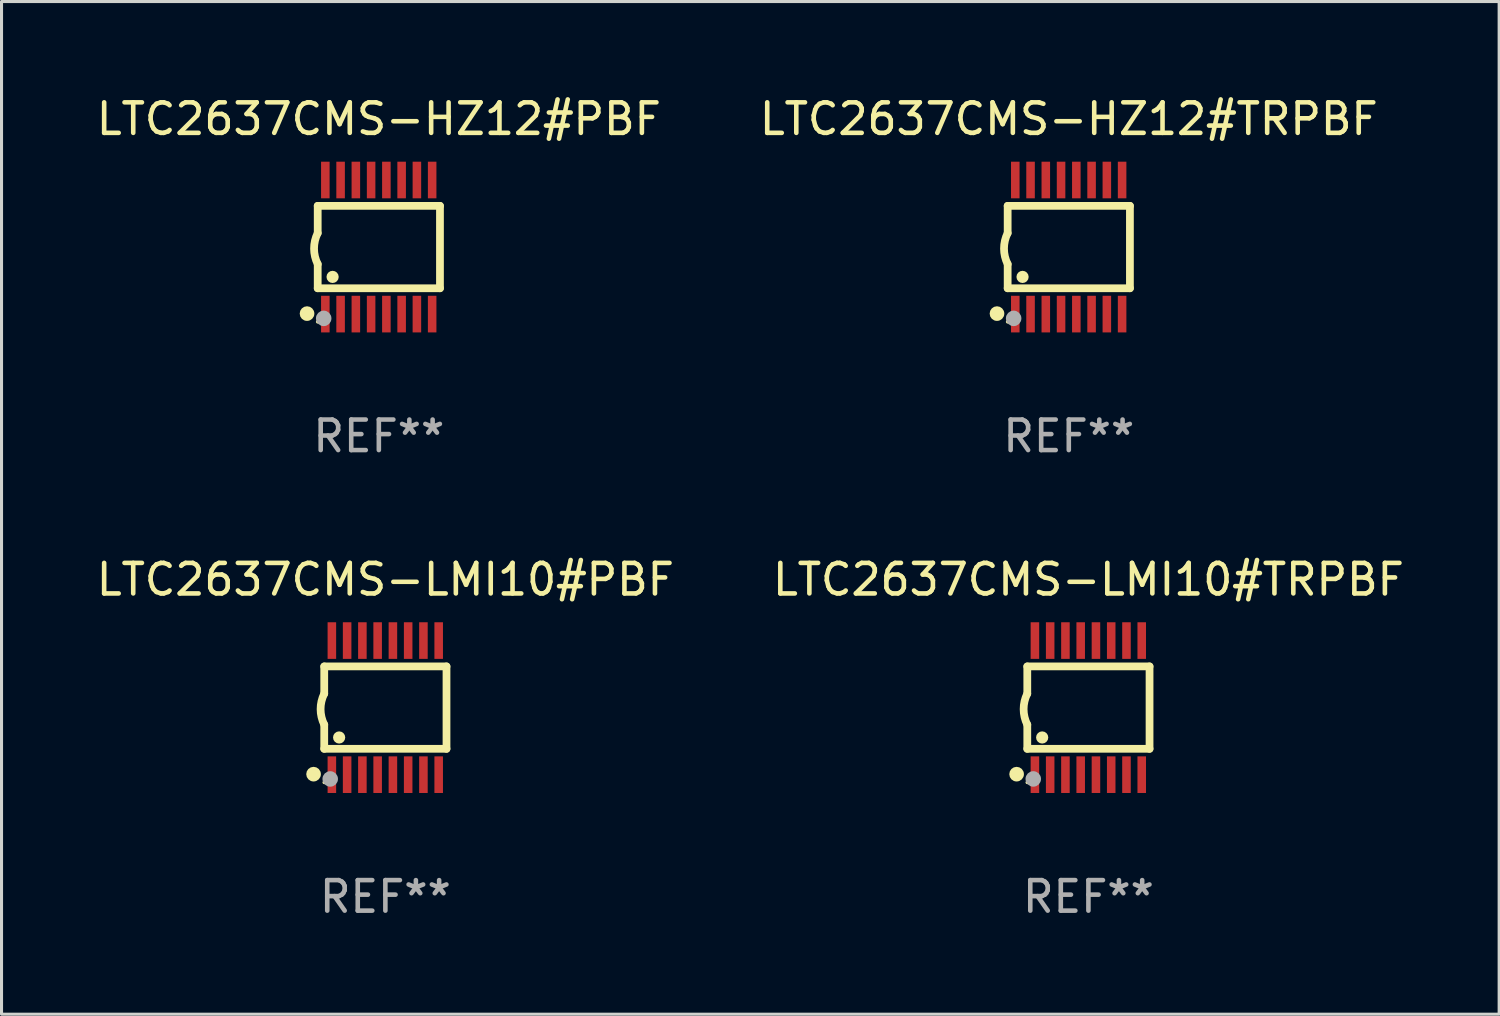
<source format=kicad_pcb>
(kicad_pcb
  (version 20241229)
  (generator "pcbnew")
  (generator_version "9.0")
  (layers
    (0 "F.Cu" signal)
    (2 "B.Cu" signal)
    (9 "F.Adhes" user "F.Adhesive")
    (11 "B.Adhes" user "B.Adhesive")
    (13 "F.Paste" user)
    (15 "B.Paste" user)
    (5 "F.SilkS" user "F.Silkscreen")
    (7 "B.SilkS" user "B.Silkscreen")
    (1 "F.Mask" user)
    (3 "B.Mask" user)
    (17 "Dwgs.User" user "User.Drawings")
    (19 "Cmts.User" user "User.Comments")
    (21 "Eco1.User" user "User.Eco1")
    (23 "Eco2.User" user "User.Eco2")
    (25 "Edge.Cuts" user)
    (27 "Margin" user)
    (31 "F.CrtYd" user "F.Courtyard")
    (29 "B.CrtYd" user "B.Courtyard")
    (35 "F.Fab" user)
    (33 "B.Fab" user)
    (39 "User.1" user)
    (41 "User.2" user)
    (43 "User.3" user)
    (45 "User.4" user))
  (footprint "LTC2637CMS-HZ12#PBF"
    (layer "F.Cu")
    (at 9.363 5.045)
    (property "Reference" "LTC2637CMS-HZ12#PBF" (at 0 -4.197 0) (layer "F.SilkS") (effects (font (size 1 1) (thickness 0.15))))
    (attr through_hole)
    (fp_line (start -2.003 -1.35) (end -2.003 -0.457) (stroke (width 0.254) (type solid)) (layer "F.SilkS"))
    (fp_line (start -2.003 -1.35) (end 2.003 -1.35) (stroke (width 0.254) (type solid)) (layer "F.SilkS"))
    (fp_line (start -2.003 1.35) (end -2.003 0.559) (stroke (width 0.254) (type solid)) (layer "F.SilkS"))
    (fp_line (start -2.003 1.35) (end 2.003 1.35) (stroke (width 0.254) (type solid)) (layer "F.SilkS"))
    (fp_line (start 2.003 -1.35) (end 2.003 1.35) (stroke (width 0.254) (type solid)) (layer "F.SilkS"))
    (fp_arc (start -2.002286 0.558802) (mid -2.122556 0.05092) (end -2.003302 -0.457201) (stroke (width 0.254001) (type solid)) (layer "F.SilkS"))
    (fp_circle (center -2.353 2.18) (end -2.233 2.18) (stroke (width 0.24) (type solid)) (fill no) (layer "F.SilkS"))
    (fp_circle (center -2.003 2.45) (end -1.973 2.45) (stroke (width 0.06) (type solid)) (fill no) (layer "F.SilkS"))
    (fp_circle (center -1.515 0.978) (end -1.415 0.978) (stroke (width 0.2) (type solid)) (fill no) (layer "F.SilkS"))
    (fp_circle (center -1.807 2.337) (end -1.68 2.337) (stroke (width 0.254) (type solid)) (fill no) (layer "F.Fab"))
    (fp_text user "REF**" (at 0 6.197 0) (layer "F.Fab") (effects (font (size 1 1) (thickness 0.15))))
    (pad "1" smd rect (at -1.753 2.197 90) (size 1.2 0.28) (layers "F.Cu" "F.Mask" "F.Paste"))
    (pad "2" smd rect (at -1.253 2.197 90) (size 1.2 0.28) (layers "F.Cu" "F.Mask" "F.Paste"))
    (pad "3" smd rect (at -0.753 2.197 90) (size 1.2 0.28) (layers "F.Cu" "F.Mask" "F.Paste"))
    (pad "4" smd rect (at -0.253 2.197 90) (size 1.2 0.28) (layers "F.Cu" "F.Mask" "F.Paste"))
    (pad "5" smd rect (at 0.247 2.197 90) (size 1.2 0.28) (layers "F.Cu" "F.Mask" "F.Paste"))
    (pad "6" smd rect (at 0.747 2.197 90) (size 1.2 0.28) (layers "F.Cu" "F.Mask" "F.Paste"))
    (pad "7" smd rect (at 1.247 2.197 90) (size 1.2 0.28) (layers "F.Cu" "F.Mask" "F.Paste"))
    (pad "8" smd rect (at 1.747 2.197 90) (size 1.2 0.28) (layers "F.Cu" "F.Mask" "F.Paste"))
    (pad "9" smd rect (at 1.747 -2.197 90) (size 1.2 0.28) (layers "F.Cu" "F.Mask" "F.Paste"))
    (pad "10" smd rect (at 1.247 -2.197 90) (size 1.2 0.28) (layers "F.Cu" "F.Mask" "F.Paste"))
    (pad "11" smd rect (at 0.747 -2.197 90) (size 1.2 0.28) (layers "F.Cu" "F.Mask" "F.Paste"))
    (pad "12" smd rect (at 0.247 -2.197 90) (size 1.2 0.28) (layers "F.Cu" "F.Mask" "F.Paste"))
    (pad "13" smd rect (at -0.253 -2.197 90) (size 1.2 0.28) (layers "F.Cu" "F.Mask" "F.Paste"))
    (pad "14" smd rect (at -0.753 -2.197 90) (size 1.2 0.28) (layers "F.Cu" "F.Mask" "F.Paste"))
    (pad "15" smd rect (at -1.253 -2.197 90) (size 1.2 0.28) (layers "F.Cu" "F.Mask" "F.Paste"))
    (pad "16" smd rect (at -1.753 -2.197 90) (size 1.2 0.28) (layers "F.Cu" "F.Mask" "F.Paste")))
  (footprint "LTC2637CMS-LMI10#PBF"
    (layer "F.Cu")
    (at 9.577 20.136)
    (property "Reference" "LTC2637CMS-LMI10#PBF" (at 0 -4.197 0) (layer "F.SilkS") (effects (font (size 1 1) (thickness 0.15))))
    (attr through_hole)
    (fp_line (start -2.003 -1.35) (end -2.003 -0.457) (stroke (width 0.254) (type solid)) (layer "F.SilkS"))
    (fp_line (start -2.003 -1.35) (end 2.003 -1.35) (stroke (width 0.254) (type solid)) (layer "F.SilkS"))
    (fp_line (start -2.003 1.35) (end -2.003 0.559) (stroke (width 0.254) (type solid)) (layer "F.SilkS"))
    (fp_line (start -2.003 1.35) (end 2.003 1.35) (stroke (width 0.254) (type solid)) (layer "F.SilkS"))
    (fp_line (start 2.003 -1.35) (end 2.003 1.35) (stroke (width 0.254) (type solid)) (layer "F.SilkS"))
    (fp_arc (start -2.002286 0.558802) (mid -2.122556 0.05092) (end -2.003302 -0.457201) (stroke (width 0.254001) (type solid)) (layer "F.SilkS"))
    (fp_circle (center -2.353 2.18) (end -2.233 2.18) (stroke (width 0.24) (type solid)) (fill no) (layer "F.SilkS"))
    (fp_circle (center -2.003 2.45) (end -1.973 2.45) (stroke (width 0.06) (type solid)) (fill no) (layer "F.SilkS"))
    (fp_circle (center -1.515 0.978) (end -1.415 0.978) (stroke (width 0.2) (type solid)) (fill no) (layer "F.SilkS"))
    (fp_circle (center -1.807 2.337) (end -1.68 2.337) (stroke (width 0.254) (type solid)) (fill no) (layer "F.Fab"))
    (fp_text user "REF**" (at 0 6.197 0) (layer "F.Fab") (effects (font (size 1 1) (thickness 0.15))))
    (pad "1" smd rect (at -1.753 2.197 90) (size 1.2 0.28) (layers "F.Cu" "F.Mask" "F.Paste"))
    (pad "2" smd rect (at -1.253 2.197 90) (size 1.2 0.28) (layers "F.Cu" "F.Mask" "F.Paste"))
    (pad "3" smd rect (at -0.753 2.197 90) (size 1.2 0.28) (layers "F.Cu" "F.Mask" "F.Paste"))
    (pad "4" smd rect (at -0.253 2.197 90) (size 1.2 0.28) (layers "F.Cu" "F.Mask" "F.Paste"))
    (pad "5" smd rect (at 0.247 2.197 90) (size 1.2 0.28) (layers "F.Cu" "F.Mask" "F.Paste"))
    (pad "6" smd rect (at 0.747 2.197 90) (size 1.2 0.28) (layers "F.Cu" "F.Mask" "F.Paste"))
    (pad "7" smd rect (at 1.247 2.197 90) (size 1.2 0.28) (layers "F.Cu" "F.Mask" "F.Paste"))
    (pad "8" smd rect (at 1.747 2.197 90) (size 1.2 0.28) (layers "F.Cu" "F.Mask" "F.Paste"))
    (pad "9" smd rect (at 1.747 -2.197 90) (size 1.2 0.28) (layers "F.Cu" "F.Mask" "F.Paste"))
    (pad "10" smd rect (at 1.247 -2.197 90) (size 1.2 0.28) (layers "F.Cu" "F.Mask" "F.Paste"))
    (pad "11" smd rect (at 0.747 -2.197 90) (size 1.2 0.28) (layers "F.Cu" "F.Mask" "F.Paste"))
    (pad "12" smd rect (at 0.247 -2.197 90) (size 1.2 0.28) (layers "F.Cu" "F.Mask" "F.Paste"))
    (pad "13" smd rect (at -0.253 -2.197 90) (size 1.2 0.28) (layers "F.Cu" "F.Mask" "F.Paste"))
    (pad "14" smd rect (at -0.753 -2.197 90) (size 1.2 0.28) (layers "F.Cu" "F.Mask" "F.Paste"))
    (pad "15" smd rect (at -1.253 -2.197 90) (size 1.2 0.28) (layers "F.Cu" "F.Mask" "F.Paste"))
    (pad "16" smd rect (at -1.753 -2.197 90) (size 1.2 0.28) (layers "F.Cu" "F.Mask" "F.Paste")))
  (footprint "LTC2637CMS-HZ12#TRPBF"
    (layer "F.Cu")
    (at 31.97 5.045)
    (property "Reference" "LTC2637CMS-HZ12#TRPBF" (at 0 -4.197 0) (layer "F.SilkS") (effects (font (size 1 1) (thickness 0.15))))
    (attr through_hole)
    (fp_line (start -2.003 -1.35) (end -2.003 -0.457) (stroke (width 0.254) (type solid)) (layer "F.SilkS"))
    (fp_line (start -2.003 -1.35) (end 2.003 -1.35) (stroke (width 0.254) (type solid)) (layer "F.SilkS"))
    (fp_line (start -2.003 1.35) (end -2.003 0.559) (stroke (width 0.254) (type solid)) (layer "F.SilkS"))
    (fp_line (start -2.003 1.35) (end 2.003 1.35) (stroke (width 0.254) (type solid)) (layer "F.SilkS"))
    (fp_line (start 2.003 -1.35) (end 2.003 1.35) (stroke (width 0.254) (type solid)) (layer "F.SilkS"))
    (fp_arc (start -2.002286 0.558802) (mid -2.122556 0.05092) (end -2.003302 -0.457201) (stroke (width 0.254001) (type solid)) (layer "F.SilkS"))
    (fp_circle (center -2.353 2.18) (end -2.233 2.18) (stroke (width 0.24) (type solid)) (fill no) (layer "F.SilkS"))
    (fp_circle (center -2.003 2.45) (end -1.973 2.45) (stroke (width 0.06) (type solid)) (fill no) (layer "F.SilkS"))
    (fp_circle (center -1.515 0.978) (end -1.415 0.978) (stroke (width 0.2) (type solid)) (fill no) (layer "F.SilkS"))
    (fp_circle (center -1.807 2.337) (end -1.68 2.337) (stroke (width 0.254) (type solid)) (fill no) (layer "F.Fab"))
    (fp_text user "REF**" (at 0 6.197 0) (layer "F.Fab") (effects (font (size 1 1) (thickness 0.15))))
    (pad "1" smd rect (at -1.753 2.197 90) (size 1.2 0.28) (layers "F.Cu" "F.Mask" "F.Paste"))
    (pad "2" smd rect (at -1.253 2.197 90) (size 1.2 0.28) (layers "F.Cu" "F.Mask" "F.Paste"))
    (pad "3" smd rect (at -0.753 2.197 90) (size 1.2 0.28) (layers "F.Cu" "F.Mask" "F.Paste"))
    (pad "4" smd rect (at -0.253 2.197 90) (size 1.2 0.28) (layers "F.Cu" "F.Mask" "F.Paste"))
    (pad "5" smd rect (at 0.247 2.197 90) (size 1.2 0.28) (layers "F.Cu" "F.Mask" "F.Paste"))
    (pad "6" smd rect (at 0.747 2.197 90) (size 1.2 0.28) (layers "F.Cu" "F.Mask" "F.Paste"))
    (pad "7" smd rect (at 1.247 2.197 90) (size 1.2 0.28) (layers "F.Cu" "F.Mask" "F.Paste"))
    (pad "8" smd rect (at 1.747 2.197 90) (size 1.2 0.28) (layers "F.Cu" "F.Mask" "F.Paste"))
    (pad "9" smd rect (at 1.747 -2.197 90) (size 1.2 0.28) (layers "F.Cu" "F.Mask" "F.Paste"))
    (pad "10" smd rect (at 1.247 -2.197 90) (size 1.2 0.28) (layers "F.Cu" "F.Mask" "F.Paste"))
    (pad "11" smd rect (at 0.747 -2.197 90) (size 1.2 0.28) (layers "F.Cu" "F.Mask" "F.Paste"))
    (pad "12" smd rect (at 0.247 -2.197 90) (size 1.2 0.28) (layers "F.Cu" "F.Mask" "F.Paste"))
    (pad "13" smd rect (at -0.253 -2.197 90) (size 1.2 0.28) (layers "F.Cu" "F.Mask" "F.Paste"))
    (pad "14" smd rect (at -0.753 -2.197 90) (size 1.2 0.28) (layers "F.Cu" "F.Mask" "F.Paste"))
    (pad "15" smd rect (at -1.253 -2.197 90) (size 1.2 0.28) (layers "F.Cu" "F.Mask" "F.Paste"))
    (pad "16" smd rect (at -1.753 -2.197 90) (size 1.2 0.28) (layers "F.Cu" "F.Mask" "F.Paste")))
  (footprint "LTC2637CMS-LMI10#TRPBF"
    (layer "F.Cu")
    (at 32.613 20.136)
    (property "Reference" "LTC2637CMS-LMI10#TRPBF" (at 0 -4.197 0) (layer "F.SilkS") (effects (font (size 1 1) (thickness 0.15))))
    (attr through_hole)
    (fp_line (start -2.003 -1.35) (end -2.003 -0.457) (stroke (width 0.254) (type solid)) (layer "F.SilkS"))
    (fp_line (start -2.003 -1.35) (end 2.003 -1.35) (stroke (width 0.254) (type solid)) (layer "F.SilkS"))
    (fp_line (start -2.003 1.35) (end -2.003 0.559) (stroke (width 0.254) (type solid)) (layer "F.SilkS"))
    (fp_line (start -2.003 1.35) (end 2.003 1.35) (stroke (width 0.254) (type solid)) (layer "F.SilkS"))
    (fp_line (start 2.003 -1.35) (end 2.003 1.35) (stroke (width 0.254) (type solid)) (layer "F.SilkS"))
    (fp_arc (start -2.002286 0.558802) (mid -2.122556 0.05092) (end -2.003302 -0.457201) (stroke (width 0.254001) (type solid)) (layer "F.SilkS"))
    (fp_circle (center -2.353 2.18) (end -2.233 2.18) (stroke (width 0.24) (type solid)) (fill no) (layer "F.SilkS"))
    (fp_circle (center -2.003 2.45) (end -1.973 2.45) (stroke (width 0.06) (type solid)) (fill no) (layer "F.SilkS"))
    (fp_circle (center -1.515 0.978) (end -1.415 0.978) (stroke (width 0.2) (type solid)) (fill no) (layer "F.SilkS"))
    (fp_circle (center -1.807 2.337) (end -1.68 2.337) (stroke (width 0.254) (type solid)) (fill no) (layer "F.Fab"))
    (fp_text user "REF**" (at 0 6.197 0) (layer "F.Fab") (effects (font (size 1 1) (thickness 0.15))))
    (pad "1" smd rect (at -1.753 2.197 90) (size 1.2 0.28) (layers "F.Cu" "F.Mask" "F.Paste"))
    (pad "2" smd rect (at -1.253 2.197 90) (size 1.2 0.28) (layers "F.Cu" "F.Mask" "F.Paste"))
    (pad "3" smd rect (at -0.753 2.197 90) (size 1.2 0.28) (layers "F.Cu" "F.Mask" "F.Paste"))
    (pad "4" smd rect (at -0.253 2.197 90) (size 1.2 0.28) (layers "F.Cu" "F.Mask" "F.Paste"))
    (pad "5" smd rect (at 0.247 2.197 90) (size 1.2 0.28) (layers "F.Cu" "F.Mask" "F.Paste"))
    (pad "6" smd rect (at 0.747 2.197 90) (size 1.2 0.28) (layers "F.Cu" "F.Mask" "F.Paste"))
    (pad "7" smd rect (at 1.247 2.197 90) (size 1.2 0.28) (layers "F.Cu" "F.Mask" "F.Paste"))
    (pad "8" smd rect (at 1.747 2.197 90) (size 1.2 0.28) (layers "F.Cu" "F.Mask" "F.Paste"))
    (pad "9" smd rect (at 1.747 -2.197 90) (size 1.2 0.28) (layers "F.Cu" "F.Mask" "F.Paste"))
    (pad "10" smd rect (at 1.247 -2.197 90) (size 1.2 0.28) (layers "F.Cu" "F.Mask" "F.Paste"))
    (pad "11" smd rect (at 0.747 -2.197 90) (size 1.2 0.28) (layers "F.Cu" "F.Mask" "F.Paste"))
    (pad "12" smd rect (at 0.247 -2.197 90) (size 1.2 0.28) (layers "F.Cu" "F.Mask" "F.Paste"))
    (pad "13" smd rect (at -0.253 -2.197 90) (size 1.2 0.28) (layers "F.Cu" "F.Mask" "F.Paste"))
    (pad "14" smd rect (at -0.753 -2.197 90) (size 1.2 0.28) (layers "F.Cu" "F.Mask" "F.Paste"))
    (pad "15" smd rect (at -1.253 -2.197 90) (size 1.2 0.28) (layers "F.Cu" "F.Mask" "F.Paste"))
    (pad "16" smd rect (at -1.753 -2.197 90) (size 1.2 0.28) (layers "F.Cu" "F.Mask" "F.Paste")))
  (gr_rect
    (start -3 -3)
    (end 46.071 30.181)
    (stroke (width 0.1) (type default))
    (fill no)
    (layer "Edge.Cuts")))
</source>
